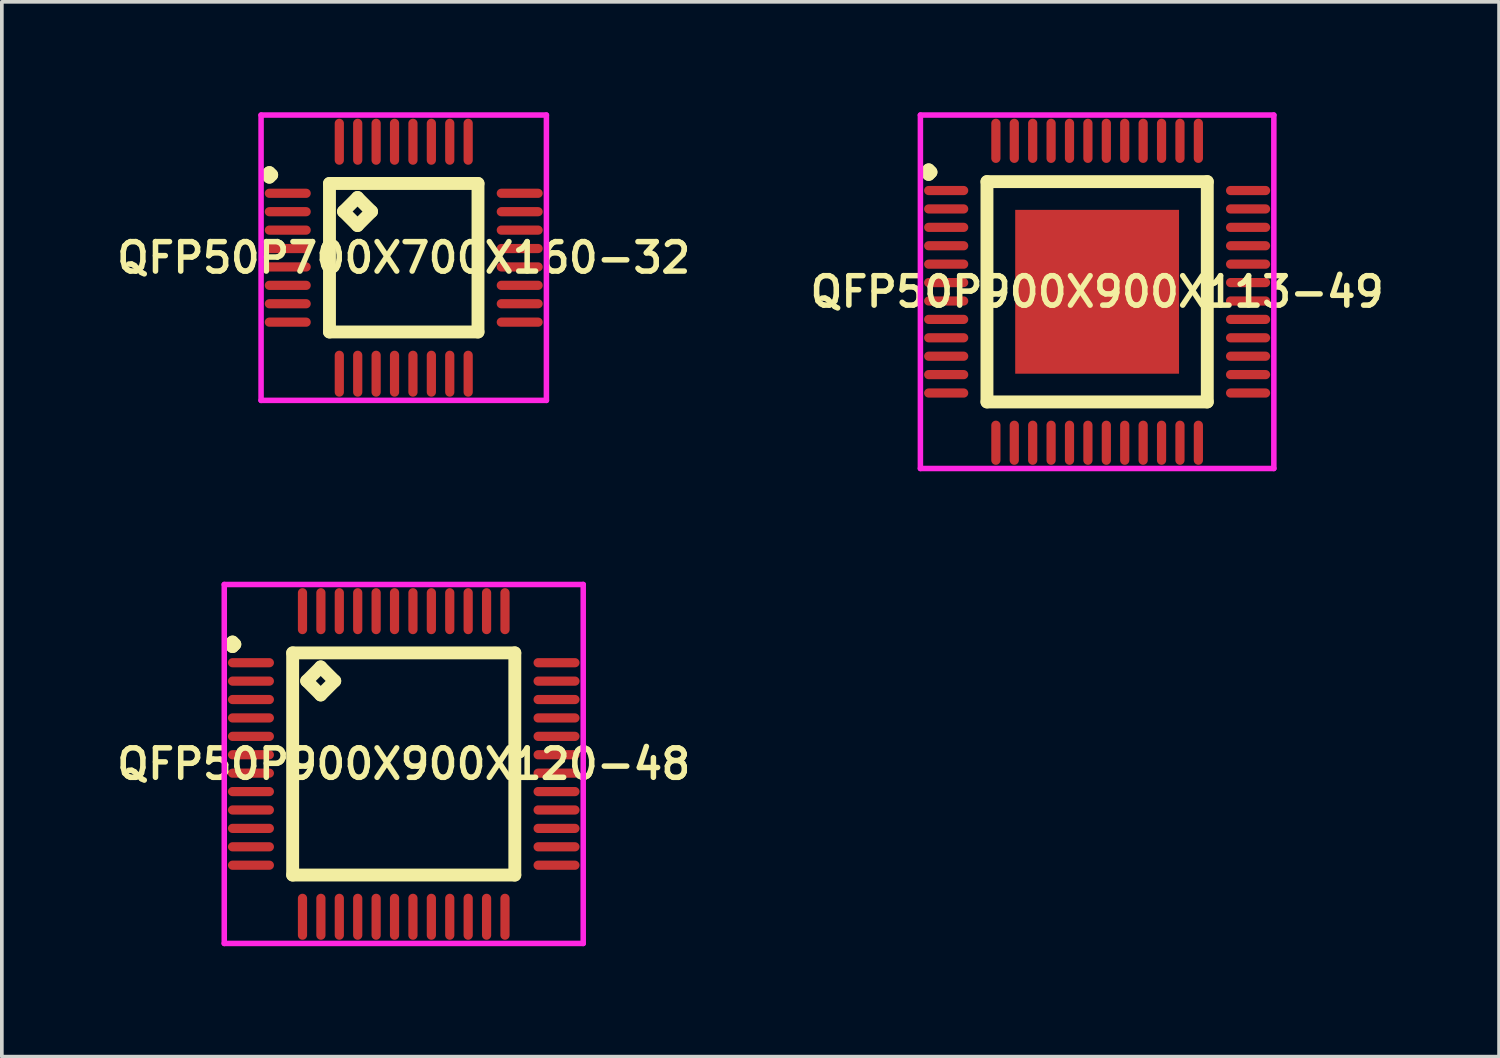
<source format=kicad_pcb>
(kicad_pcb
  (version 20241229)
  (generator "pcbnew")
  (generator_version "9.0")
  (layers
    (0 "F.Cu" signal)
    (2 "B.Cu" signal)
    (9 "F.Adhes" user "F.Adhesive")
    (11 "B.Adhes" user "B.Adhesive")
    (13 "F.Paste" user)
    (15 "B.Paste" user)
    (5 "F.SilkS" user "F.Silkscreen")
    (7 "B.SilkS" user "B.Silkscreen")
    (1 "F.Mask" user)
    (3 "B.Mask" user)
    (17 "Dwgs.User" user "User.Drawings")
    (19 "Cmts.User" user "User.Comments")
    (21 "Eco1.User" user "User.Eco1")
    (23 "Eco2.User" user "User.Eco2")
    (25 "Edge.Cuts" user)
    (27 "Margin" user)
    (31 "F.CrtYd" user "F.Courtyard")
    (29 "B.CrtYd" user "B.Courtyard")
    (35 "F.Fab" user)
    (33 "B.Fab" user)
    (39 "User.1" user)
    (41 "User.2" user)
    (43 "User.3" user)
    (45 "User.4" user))
  (footprint "QFP50P900X900X120-48"
    (layer "F.Cu")
    (at 7.916 17.7)
    (property "Reference" "QFP50P900X900X120-48" (at 0 0 0) (layer "F.SilkS") (effects (font (size 0.8 0.8) (thickness 0.15))))
    (attr through_hole)
    (fp_line (start -4.713 -3.25) (end -4.65 -3.312) (stroke (width 0.35) (type solid)) (layer "F.SilkS"))
    (fp_line (start -4.65 -3.312) (end -4.588 -3.25) (stroke (width 0.35) (type solid)) (layer "F.SilkS"))
    (fp_line (start -4.65 -3.188) (end -4.713 -3.25) (stroke (width 0.35) (type solid)) (layer "F.SilkS"))
    (fp_line (start -4.588 -3.25) (end -4.65 -3.188) (stroke (width 0.35) (type solid)) (layer "F.SilkS"))
    (fp_line (start -3.017 -3.017) (end -3.017 3.017) (stroke (width 0.35) (type solid)) (layer "F.SilkS"))
    (fp_line (start -3.017 3.017) (end 3.017 3.017) (stroke (width 0.35) (type solid)) (layer "F.SilkS"))
    (fp_line (start -2.636 -2.255) (end -2.255 -2.636) (stroke (width 0.35) (type solid)) (layer "F.SilkS"))
    (fp_line (start -2.255 -2.636) (end -1.874 -2.255) (stroke (width 0.35) (type solid)) (layer "F.SilkS"))
    (fp_line (start -2.255 -1.874) (end -2.636 -2.255) (stroke (width 0.35) (type solid)) (layer "F.SilkS"))
    (fp_line (start -1.874 -2.255) (end -2.255 -1.874) (stroke (width 0.35) (type solid)) (layer "F.SilkS"))
    (fp_line (start 3.017 -3.017) (end -3.017 -3.017) (stroke (width 0.35) (type solid)) (layer "F.SilkS"))
    (fp_line (start 3.017 3.017) (end 3.017 -3.017) (stroke (width 0.35) (type solid)) (layer "F.SilkS"))
    (fp_line (start -4.875 -4.875) (end 4.875 -4.875) (stroke (width 0.15) (type solid)) (layer "F.CrtYd"))
    (fp_line (start -4.875 4.875) (end -4.875 -4.875) (stroke (width 0.15) (type solid)) (layer "F.CrtYd"))
    (fp_line (start 4.875 -4.875) (end 4.875 4.875) (stroke (width 0.15) (type solid)) (layer "F.CrtYd"))
    (fp_line (start 4.875 4.875) (end -4.875 4.875) (stroke (width 0.15) (type solid)) (layer "F.CrtYd"))
    (pad "1" smd oval (at -4.15 -2.75) (size 1.25 0.25) (layers "F.Cu" "F.Mask" "F.Paste"))
    (pad "2" smd oval (at -4.15 -2.25) (size 1.25 0.25) (layers "F.Cu" "F.Mask" "F.Paste"))
    (pad "3" smd oval (at -4.15 -1.75) (size 1.25 0.25) (layers "F.Cu" "F.Mask" "F.Paste"))
    (pad "4" smd oval (at -4.15 -1.25) (size 1.25 0.25) (layers "F.Cu" "F.Mask" "F.Paste"))
    (pad "5" smd oval (at -4.15 -0.75) (size 1.25 0.25) (layers "F.Cu" "F.Mask" "F.Paste"))
    (pad "6" smd oval (at -4.15 -0.25) (size 1.25 0.25) (layers "F.Cu" "F.Mask" "F.Paste"))
    (pad "7" smd oval (at -4.15 0.25) (size 1.25 0.25) (layers "F.Cu" "F.Mask" "F.Paste"))
    (pad "8" smd oval (at -4.15 0.75) (size 1.25 0.25) (layers "F.Cu" "F.Mask" "F.Paste"))
    (pad "9" smd oval (at -4.15 1.25) (size 1.25 0.25) (layers "F.Cu" "F.Mask" "F.Paste"))
    (pad "10" smd oval (at -4.15 1.75) (size 1.25 0.25) (layers "F.Cu" "F.Mask" "F.Paste"))
    (pad "11" smd oval (at -4.15 2.25) (size 1.25 0.25) (layers "F.Cu" "F.Mask" "F.Paste"))
    (pad "12" smd oval (at -4.15 2.75) (size 1.25 0.25) (layers "F.Cu" "F.Mask" "F.Paste"))
    (pad "13" smd oval (at -2.75 4.15) (size 0.25 1.25) (layers "F.Cu" "F.Mask" "F.Paste"))
    (pad "14" smd oval (at -2.25 4.15) (size 0.25 1.25) (layers "F.Cu" "F.Mask" "F.Paste"))
    (pad "15" smd oval (at -1.75 4.15) (size 0.25 1.25) (layers "F.Cu" "F.Mask" "F.Paste"))
    (pad "16" smd oval (at -1.25 4.15) (size 0.25 1.25) (layers "F.Cu" "F.Mask" "F.Paste"))
    (pad "17" smd oval (at -0.75 4.15) (size 0.25 1.25) (layers "F.Cu" "F.Mask" "F.Paste"))
    (pad "18" smd oval (at -0.25 4.15) (size 0.25 1.25) (layers "F.Cu" "F.Mask" "F.Paste"))
    (pad "19" smd oval (at 0.25 4.15) (size 0.25 1.25) (layers "F.Cu" "F.Mask" "F.Paste"))
    (pad "20" smd oval (at 0.75 4.15) (size 0.25 1.25) (layers "F.Cu" "F.Mask" "F.Paste"))
    (pad "21" smd oval (at 1.25 4.15) (size 0.25 1.25) (layers "F.Cu" "F.Mask" "F.Paste"))
    (pad "22" smd oval (at 1.75 4.15) (size 0.25 1.25) (layers "F.Cu" "F.Mask" "F.Paste"))
    (pad "23" smd oval (at 2.25 4.15) (size 0.25 1.25) (layers "F.Cu" "F.Mask" "F.Paste"))
    (pad "24" smd oval (at 2.75 4.15) (size 0.25 1.25) (layers "F.Cu" "F.Mask" "F.Paste"))
    (pad "25" smd oval (at 4.15 2.75) (size 1.25 0.25) (layers "F.Cu" "F.Mask" "F.Paste"))
    (pad "26" smd oval (at 4.15 2.25) (size 1.25 0.25) (layers "F.Cu" "F.Mask" "F.Paste"))
    (pad "27" smd oval (at 4.15 1.75) (size 1.25 0.25) (layers "F.Cu" "F.Mask" "F.Paste"))
    (pad "28" smd oval (at 4.15 1.25) (size 1.25 0.25) (layers "F.Cu" "F.Mask" "F.Paste"))
    (pad "29" smd oval (at 4.15 0.75) (size 1.25 0.25) (layers "F.Cu" "F.Mask" "F.Paste"))
    (pad "30" smd oval (at 4.15 0.25) (size 1.25 0.25) (layers "F.Cu" "F.Mask" "F.Paste"))
    (pad "31" smd oval (at 4.15 -0.25) (size 1.25 0.25) (layers "F.Cu" "F.Mask" "F.Paste"))
    (pad "32" smd oval (at 4.15 -0.75) (size 1.25 0.25) (layers "F.Cu" "F.Mask" "F.Paste"))
    (pad "33" smd oval (at 4.15 -1.25) (size 1.25 0.25) (layers "F.Cu" "F.Mask" "F.Paste"))
    (pad "34" smd oval (at 4.15 -1.75) (size 1.25 0.25) (layers "F.Cu" "F.Mask" "F.Paste"))
    (pad "35" smd oval (at 4.15 -2.25) (size 1.25 0.25) (layers "F.Cu" "F.Mask" "F.Paste"))
    (pad "36" smd oval (at 4.15 -2.75) (size 1.25 0.25) (layers "F.Cu" "F.Mask" "F.Paste"))
    (pad "37" smd oval (at 2.75 -4.15) (size 0.25 1.25) (layers "F.Cu" "F.Mask" "F.Paste"))
    (pad "38" smd oval (at 2.25 -4.15) (size 0.25 1.25) (layers "F.Cu" "F.Mask" "F.Paste"))
    (pad "39" smd oval (at 1.75 -4.15) (size 0.25 1.25) (layers "F.Cu" "F.Mask" "F.Paste"))
    (pad "40" smd oval (at 1.25 -4.15) (size 0.25 1.25) (layers "F.Cu" "F.Mask" "F.Paste"))
    (pad "41" smd oval (at 0.75 -4.15) (size 0.25 1.25) (layers "F.Cu" "F.Mask" "F.Paste"))
    (pad "42" smd oval (at 0.25 -4.15) (size 0.25 1.25) (layers "F.Cu" "F.Mask" "F.Paste"))
    (pad "43" smd oval (at -0.25 -4.15) (size 0.25 1.25) (layers "F.Cu" "F.Mask" "F.Paste"))
    (pad "44" smd oval (at -0.75 -4.15) (size 0.25 1.25) (layers "F.Cu" "F.Mask" "F.Paste"))
    (pad "45" smd oval (at -1.25 -4.15) (size 0.25 1.25) (layers "F.Cu" "F.Mask" "F.Paste"))
    (pad "46" smd oval (at -1.75 -4.15) (size 0.25 1.25) (layers "F.Cu" "F.Mask" "F.Paste"))
    (pad "47" smd oval (at -2.25 -4.15) (size 0.25 1.25) (layers "F.Cu" "F.Mask" "F.Paste"))
    (pad "48" smd oval (at -2.75 -4.15) (size 0.25 1.25) (layers "F.Cu" "F.Mask" "F.Paste")))
  (footprint "QFP50P700X700X160-32"
    (layer "F.Cu")
    (at 7.916 3.95)
    (property "Reference" "QFP50P700X700X160-32" (at 0 0 0) (layer "F.SilkS") (effects (font (size 0.8 0.8) (thickness 0.15))))
    (attr smd)
    (fp_line (start -3.712 -2.25) (end -3.65 -2.312) (stroke (width 0.35) (type solid)) (layer "F.SilkS"))
    (fp_line (start -3.65 -2.312) (end -3.587 -2.25) (stroke (width 0.35) (type solid)) (layer "F.SilkS"))
    (fp_line (start -3.65 -2.188) (end -3.712 -2.25) (stroke (width 0.35) (type solid)) (layer "F.SilkS"))
    (fp_line (start -3.587 -2.25) (end -3.65 -2.188) (stroke (width 0.35) (type solid)) (layer "F.SilkS"))
    (fp_line (start -2.017 -2.017) (end -2.017 2.017) (stroke (width 0.35) (type solid)) (layer "F.SilkS"))
    (fp_line (start -2.017 2.017) (end 2.017 2.017) (stroke (width 0.35) (type solid)) (layer "F.SilkS"))
    (fp_line (start -1.636 -1.255) (end -1.255 -1.636) (stroke (width 0.35) (type solid)) (layer "F.SilkS"))
    (fp_line (start -1.255 -1.636) (end -0.874 -1.255) (stroke (width 0.35) (type solid)) (layer "F.SilkS"))
    (fp_line (start -1.255 -0.874) (end -1.636 -1.255) (stroke (width 0.35) (type solid)) (layer "F.SilkS"))
    (fp_line (start -0.874 -1.255) (end -1.255 -0.874) (stroke (width 0.35) (type solid)) (layer "F.SilkS"))
    (fp_line (start 2.017 -2.017) (end -2.017 -2.017) (stroke (width 0.35) (type solid)) (layer "F.SilkS"))
    (fp_line (start 2.017 2.017) (end 2.017 -2.017) (stroke (width 0.35) (type solid)) (layer "F.SilkS"))
    (fp_line (start -3.875 -3.875) (end 3.875 -3.875) (stroke (width 0.15) (type solid)) (layer "F.CrtYd"))
    (fp_line (start -3.875 3.875) (end -3.875 -3.875) (stroke (width 0.15) (type solid)) (layer "F.CrtYd"))
    (fp_line (start 3.875 -3.875) (end 3.875 3.875) (stroke (width 0.15) (type solid)) (layer "F.CrtYd"))
    (fp_line (start 3.875 3.875) (end -3.875 3.875) (stroke (width 0.15) (type solid)) (layer "F.CrtYd"))
    (pad "1" smd oval (at -3.15 -1.75) (size 1.25 0.25) (layers "F.Cu" "F.Mask" "F.Paste"))
    (pad "2" smd oval (at -3.15 -1.25) (size 1.25 0.25) (layers "F.Cu" "F.Mask" "F.Paste"))
    (pad "3" smd oval (at -3.15 -0.75) (size 1.25 0.25) (layers "F.Cu" "F.Mask" "F.Paste"))
    (pad "4" smd oval (at -3.15 -0.25) (size 1.25 0.25) (layers "F.Cu" "F.Mask" "F.Paste"))
    (pad "5" smd oval (at -3.15 0.25) (size 1.25 0.25) (layers "F.Cu" "F.Mask" "F.Paste"))
    (pad "6" smd oval (at -3.15 0.75) (size 1.25 0.25) (layers "F.Cu" "F.Mask" "F.Paste"))
    (pad "7" smd oval (at -3.15 1.25) (size 1.25 0.25) (layers "F.Cu" "F.Mask" "F.Paste"))
    (pad "8" smd oval (at -3.15 1.75) (size 1.25 0.25) (layers "F.Cu" "F.Mask" "F.Paste"))
    (pad "9" smd oval (at -1.75 3.15) (size 0.25 1.25) (layers "F.Cu" "F.Mask" "F.Paste"))
    (pad "10" smd oval (at -1.25 3.15) (size 0.25 1.25) (layers "F.Cu" "F.Mask" "F.Paste"))
    (pad "11" smd oval (at -0.75 3.15) (size 0.25 1.25) (layers "F.Cu" "F.Mask" "F.Paste"))
    (pad "12" smd oval (at -0.25 3.15) (size 0.25 1.25) (layers "F.Cu" "F.Mask" "F.Paste"))
    (pad "13" smd oval (at 0.25 3.15) (size 0.25 1.25) (layers "F.Cu" "F.Mask" "F.Paste"))
    (pad "14" smd oval (at 0.75 3.15) (size 0.25 1.25) (layers "F.Cu" "F.Mask" "F.Paste"))
    (pad "15" smd oval (at 1.25 3.15) (size 0.25 1.25) (layers "F.Cu" "F.Mask" "F.Paste"))
    (pad "16" smd oval (at 1.75 3.15) (size 0.25 1.25) (layers "F.Cu" "F.Mask" "F.Paste"))
    (pad "17" smd oval (at 3.15 1.75) (size 1.25 0.25) (layers "F.Cu" "F.Mask" "F.Paste"))
    (pad "18" smd oval (at 3.15 1.25) (size 1.25 0.25) (layers "F.Cu" "F.Mask" "F.Paste"))
    (pad "19" smd oval (at 3.15 0.75) (size 1.25 0.25) (layers "F.Cu" "F.Mask" "F.Paste"))
    (pad "20" smd oval (at 3.15 0.25) (size 1.25 0.25) (layers "F.Cu" "F.Mask" "F.Paste"))
    (pad "21" smd oval (at 3.15 -0.25) (size 1.25 0.25) (layers "F.Cu" "F.Mask" "F.Paste"))
    (pad "22" smd oval (at 3.15 -0.75) (size 1.25 0.25) (layers "F.Cu" "F.Mask" "F.Paste"))
    (pad "23" smd oval (at 3.15 -1.25) (size 1.25 0.25) (layers "F.Cu" "F.Mask" "F.Paste"))
    (pad "24" smd oval (at 3.15 -1.75) (size 1.25 0.25) (layers "F.Cu" "F.Mask" "F.Paste"))
    (pad "25" smd oval (at 1.75 -3.15) (size 0.25 1.25) (layers "F.Cu" "F.Mask" "F.Paste"))
    (pad "26" smd oval (at 1.25 -3.15) (size 0.25 1.25) (layers "F.Cu" "F.Mask" "F.Paste"))
    (pad "27" smd oval (at 0.75 -3.15) (size 0.25 1.25) (layers "F.Cu" "F.Mask" "F.Paste"))
    (pad "28" smd oval (at 0.25 -3.15) (size 0.25 1.25) (layers "F.Cu" "F.Mask" "F.Paste"))
    (pad "29" smd oval (at -0.25 -3.15) (size 0.25 1.25) (layers "F.Cu" "F.Mask" "F.Paste"))
    (pad "30" smd oval (at -0.75 -3.15) (size 0.25 1.25) (layers "F.Cu" "F.Mask" "F.Paste"))
    (pad "31" smd oval (at -1.25 -3.15) (size 0.25 1.25) (layers "F.Cu" "F.Mask" "F.Paste"))
    (pad "32" smd oval (at -1.75 -3.15) (size 0.25 1.25) (layers "F.Cu" "F.Mask" "F.Paste")))
  (footprint "QFP50P900X900X113-49"
    (layer "F.Cu")
    (at 26.749 4.875)
    (property "Reference" "QFP50P900X900X113-49" (at 0 0 0) (layer "F.SilkS") (effects (font (size 0.8 0.8) (thickness 0.15))))
    (attr smd)
    (fp_line (start -4.638 -3.25) (end -4.575 -3.312) (stroke (width 0.35) (type solid)) (layer "F.SilkS"))
    (fp_line (start -4.575 -3.312) (end -4.513 -3.25) (stroke (width 0.35) (type solid)) (layer "F.SilkS"))
    (fp_line (start -4.575 -3.188) (end -4.638 -3.25) (stroke (width 0.35) (type solid)) (layer "F.SilkS"))
    (fp_line (start -4.513 -3.25) (end -4.575 -3.188) (stroke (width 0.35) (type solid)) (layer "F.SilkS"))
    (fp_line (start -2.992 -2.992) (end -2.992 2.992) (stroke (width 0.35) (type solid)) (layer "F.SilkS"))
    (fp_line (start -2.992 2.992) (end 2.992 2.992) (stroke (width 0.35) (type solid)) (layer "F.SilkS"))
    (fp_line (start 2.992 -2.992) (end -2.992 -2.992) (stroke (width 0.35) (type solid)) (layer "F.SilkS"))
    (fp_line (start 2.992 2.992) (end 2.992 -2.992) (stroke (width 0.35) (type solid)) (layer "F.SilkS"))
    (fp_line (start -4.8 -4.8) (end 4.8 -4.8) (stroke (width 0.15) (type solid)) (layer "F.CrtYd"))
    (fp_line (start -4.8 4.8) (end -4.8 -4.8) (stroke (width 0.15) (type solid)) (layer "F.CrtYd"))
    (fp_line (start 4.8 -4.8) (end 4.8 4.8) (stroke (width 0.15) (type solid)) (layer "F.CrtYd"))
    (fp_line (start 4.8 4.8) (end -4.8 4.8) (stroke (width 0.15) (type solid)) (layer "F.CrtYd"))
    (pad "1" smd oval (at -4.1 -2.75) (size 1.2 0.25) (layers "F.Cu" "F.Mask" "F.Paste"))
    (pad "2" smd oval (at -4.1 -2.25) (size 1.2 0.25) (layers "F.Cu" "F.Mask" "F.Paste"))
    (pad "3" smd oval (at -4.1 -1.75) (size 1.2 0.25) (layers "F.Cu" "F.Mask" "F.Paste"))
    (pad "4" smd oval (at -4.1 -1.25) (size 1.2 0.25) (layers "F.Cu" "F.Mask" "F.Paste"))
    (pad "5" smd oval (at -4.1 -0.75) (size 1.2 0.25) (layers "F.Cu" "F.Mask" "F.Paste"))
    (pad "6" smd oval (at -4.1 -0.25) (size 1.2 0.25) (layers "F.Cu" "F.Mask" "F.Paste"))
    (pad "7" smd oval (at -4.1 0.25) (size 1.2 0.25) (layers "F.Cu" "F.Mask" "F.Paste"))
    (pad "8" smd oval (at -4.1 0.75) (size 1.2 0.25) (layers "F.Cu" "F.Mask" "F.Paste"))
    (pad "9" smd oval (at -4.1 1.25) (size 1.2 0.25) (layers "F.Cu" "F.Mask" "F.Paste"))
    (pad "10" smd oval (at -4.1 1.75) (size 1.2 0.25) (layers "F.Cu" "F.Mask" "F.Paste"))
    (pad "11" smd oval (at -4.1 2.25) (size 1.2 0.25) (layers "F.Cu" "F.Mask" "F.Paste"))
    (pad "12" smd oval (at -4.1 2.75) (size 1.2 0.25) (layers "F.Cu" "F.Mask" "F.Paste"))
    (pad "13" smd oval (at -2.75 4.1) (size 0.25 1.2) (layers "F.Cu" "F.Mask" "F.Paste"))
    (pad "14" smd oval (at -2.25 4.1) (size 0.25 1.2) (layers "F.Cu" "F.Mask" "F.Paste"))
    (pad "15" smd oval (at -1.75 4.1) (size 0.25 1.2) (layers "F.Cu" "F.Mask" "F.Paste"))
    (pad "16" smd oval (at -1.25 4.1) (size 0.25 1.2) (layers "F.Cu" "F.Mask" "F.Paste"))
    (pad "17" smd oval (at -0.75 4.1) (size 0.25 1.2) (layers "F.Cu" "F.Mask" "F.Paste"))
    (pad "18" smd oval (at -0.25 4.1) (size 0.25 1.2) (layers "F.Cu" "F.Mask" "F.Paste"))
    (pad "19" smd oval (at 0.25 4.1) (size 0.25 1.2) (layers "F.Cu" "F.Mask" "F.Paste"))
    (pad "20" smd oval (at 0.75 4.1) (size 0.25 1.2) (layers "F.Cu" "F.Mask" "F.Paste"))
    (pad "21" smd oval (at 1.25 4.1) (size 0.25 1.2) (layers "F.Cu" "F.Mask" "F.Paste"))
    (pad "22" smd oval (at 1.75 4.1) (size 0.25 1.2) (layers "F.Cu" "F.Mask" "F.Paste"))
    (pad "23" smd oval (at 2.25 4.1) (size 0.25 1.2) (layers "F.Cu" "F.Mask" "F.Paste"))
    (pad "24" smd oval (at 2.75 4.1) (size 0.25 1.2) (layers "F.Cu" "F.Mask" "F.Paste"))
    (pad "25" smd oval (at 4.1 2.75) (size 1.2 0.25) (layers "F.Cu" "F.Mask" "F.Paste"))
    (pad "26" smd oval (at 4.1 2.25) (size 1.2 0.25) (layers "F.Cu" "F.Mask" "F.Paste"))
    (pad "27" smd oval (at 4.1 1.75) (size 1.2 0.25) (layers "F.Cu" "F.Mask" "F.Paste"))
    (pad "28" smd oval (at 4.1 1.25) (size 1.2 0.25) (layers "F.Cu" "F.Mask" "F.Paste"))
    (pad "29" smd oval (at 4.1 0.75) (size 1.2 0.25) (layers "F.Cu" "F.Mask" "F.Paste"))
    (pad "30" smd oval (at 4.1 0.25) (size 1.2 0.25) (layers "F.Cu" "F.Mask" "F.Paste"))
    (pad "31" smd oval (at 4.1 -0.25) (size 1.2 0.25) (layers "F.Cu" "F.Mask" "F.Paste"))
    (pad "32" smd oval (at 4.1 -0.75) (size 1.2 0.25) (layers "F.Cu" "F.Mask" "F.Paste"))
    (pad "33" smd oval (at 4.1 -1.25) (size 1.2 0.25) (layers "F.Cu" "F.Mask" "F.Paste"))
    (pad "34" smd oval (at 4.1 -1.75) (size 1.2 0.25) (layers "F.Cu" "F.Mask" "F.Paste"))
    (pad "35" smd oval (at 4.1 -2.25) (size 1.2 0.25) (layers "F.Cu" "F.Mask" "F.Paste"))
    (pad "36" smd oval (at 4.1 -2.75) (size 1.2 0.25) (layers "F.Cu" "F.Mask" "F.Paste"))
    (pad "37" smd oval (at 2.75 -4.1) (size 0.25 1.2) (layers "F.Cu" "F.Mask" "F.Paste"))
    (pad "38" smd oval (at 2.25 -4.1) (size 0.25 1.2) (layers "F.Cu" "F.Mask" "F.Paste"))
    (pad "39" smd oval (at 1.75 -4.1) (size 0.25 1.2) (layers "F.Cu" "F.Mask" "F.Paste"))
    (pad "40" smd oval (at 1.25 -4.1) (size 0.25 1.2) (layers "F.Cu" "F.Mask" "F.Paste"))
    (pad "41" smd oval (at 0.75 -4.1) (size 0.25 1.2) (layers "F.Cu" "F.Mask" "F.Paste"))
    (pad "42" smd oval (at 0.25 -4.1) (size 0.25 1.2) (layers "F.Cu" "F.Mask" "F.Paste"))
    (pad "43" smd oval (at -0.25 -4.1) (size 0.25 1.2) (layers "F.Cu" "F.Mask" "F.Paste"))
    (pad "44" smd oval (at -0.75 -4.1) (size 0.25 1.2) (layers "F.Cu" "F.Mask" "F.Paste"))
    (pad "45" smd oval (at -1.25 -4.1) (size 0.25 1.2) (layers "F.Cu" "F.Mask" "F.Paste"))
    (pad "46" smd oval (at -1.75 -4.1) (size 0.25 1.2) (layers "F.Cu" "F.Mask" "F.Paste"))
    (pad "47" smd oval (at -2.25 -4.1) (size 0.25 1.2) (layers "F.Cu" "F.Mask" "F.Paste"))
    (pad "48" smd oval (at -2.75 -4.1) (size 0.25 1.2) (layers "F.Cu" "F.Mask" "F.Paste"))
    (pad "49" smd rect (at 0 0) (size 4.45 4.45) (layers "F.Cu" "F.Mask" "F.Paste")))
  (gr_rect
    (start -3 -3)
    (end 37.666 25.65)
    (stroke (width 0.1) (type default))
    (fill no)
    (layer "Edge.Cuts")))
</source>
